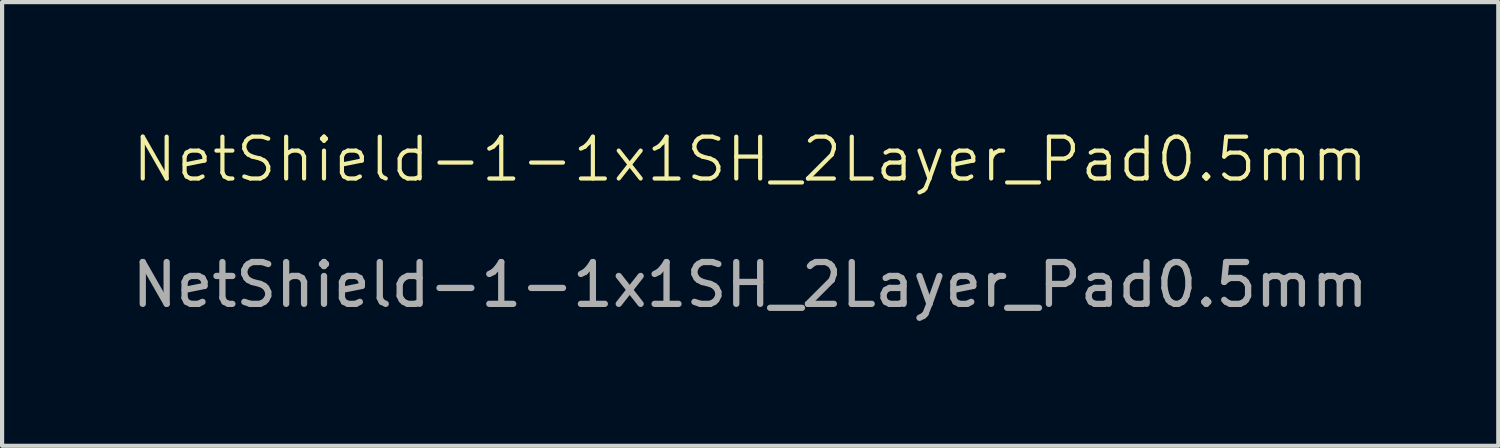
<source format=kicad_pcb>
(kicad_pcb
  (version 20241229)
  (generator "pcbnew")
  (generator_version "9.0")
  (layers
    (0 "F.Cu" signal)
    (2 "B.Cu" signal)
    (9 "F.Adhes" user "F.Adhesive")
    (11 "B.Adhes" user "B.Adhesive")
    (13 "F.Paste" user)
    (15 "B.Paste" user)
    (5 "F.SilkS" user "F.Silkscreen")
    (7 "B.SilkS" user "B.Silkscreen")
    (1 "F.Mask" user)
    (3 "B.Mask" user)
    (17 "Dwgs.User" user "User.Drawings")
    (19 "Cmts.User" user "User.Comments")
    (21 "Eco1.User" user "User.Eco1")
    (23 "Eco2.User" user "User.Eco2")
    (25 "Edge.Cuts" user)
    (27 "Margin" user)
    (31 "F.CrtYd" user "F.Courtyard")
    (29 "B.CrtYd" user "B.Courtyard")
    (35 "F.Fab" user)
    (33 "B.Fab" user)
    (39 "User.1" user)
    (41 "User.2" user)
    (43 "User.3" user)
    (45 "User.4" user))
  (footprint "NetShield-1-1x1SH_2Layer_Pad0.5mm"
    (layer "F.Cu")
    (at 14.887 1.26)
    (property "Reference" "NetShield-1-1x1SH_2Layer_Pad0.5mm" (at 0 -0.5 0) (unlocked yes) (layer "F.SilkS") (effects (font (size 1 1) (thickness 0.1))))
    (fp_text user "${REFERENCE}" (at 0 2.5 0) (unlocked yes) (layer "F.Fab") (effects (font (size 1 1) (thickness 0.15)))))
  (gr_rect
    (start -3 -3)
    (end 32.774 7.609)
    (stroke (width 0.1) (type default))
    (fill no)
    (layer "Edge.Cuts")))
</source>
